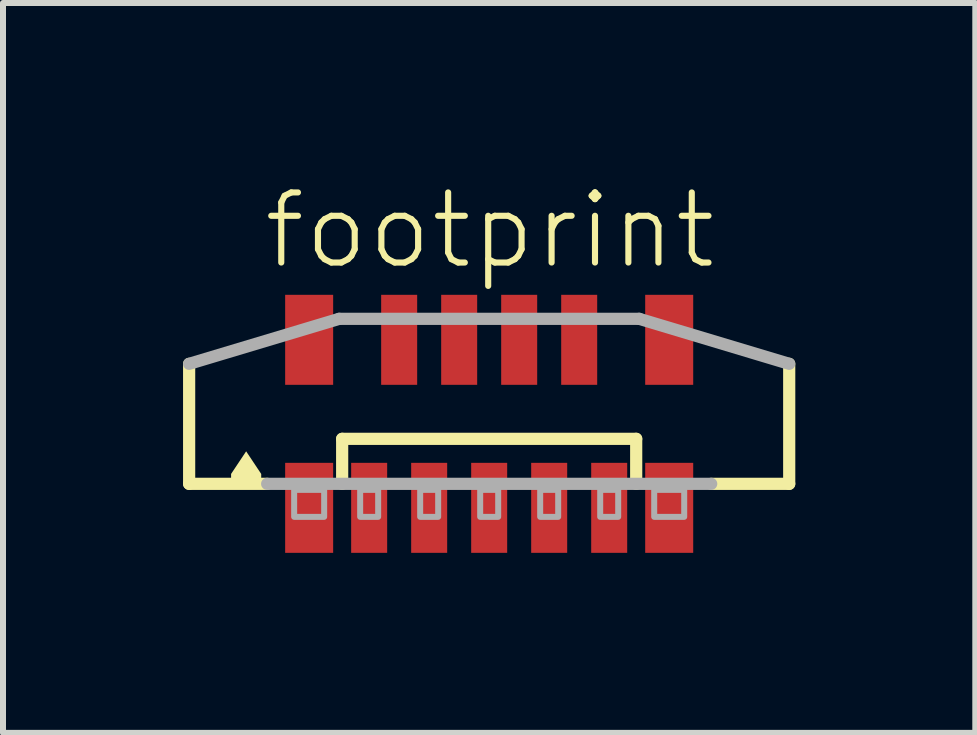
<source format=kicad_pcb>
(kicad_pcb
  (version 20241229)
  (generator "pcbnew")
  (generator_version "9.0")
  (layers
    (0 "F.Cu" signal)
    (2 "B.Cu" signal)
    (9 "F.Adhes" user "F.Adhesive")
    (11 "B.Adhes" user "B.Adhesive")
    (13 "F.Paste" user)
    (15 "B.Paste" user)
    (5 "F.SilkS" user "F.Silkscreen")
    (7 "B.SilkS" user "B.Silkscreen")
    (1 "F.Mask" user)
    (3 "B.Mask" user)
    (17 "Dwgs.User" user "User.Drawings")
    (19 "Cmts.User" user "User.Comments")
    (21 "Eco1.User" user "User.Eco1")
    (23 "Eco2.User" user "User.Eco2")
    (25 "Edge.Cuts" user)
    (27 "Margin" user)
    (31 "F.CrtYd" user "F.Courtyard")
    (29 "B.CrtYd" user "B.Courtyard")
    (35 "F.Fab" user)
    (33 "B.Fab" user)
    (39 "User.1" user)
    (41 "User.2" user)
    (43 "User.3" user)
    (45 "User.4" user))
  (footprint "footprint"
    (layer "F.Cu")
    (at 5.102 4.013)
    (property "Reference" "footprint" (at -3.81 -2.54 0) (layer "F.SilkS") (effects (font (size 1.168 1.168) (thickness 0.102)) (justify left bottom)))
    (fp_line (start -5 1) (end -5 -1) (stroke (width 0.203) (type solid)) (layer "F.SilkS"))
    (fp_line (start -3.7 1) (end -5 1) (stroke (width 0.203) (type solid)) (layer "F.SilkS"))
    (fp_line (start -2.45 0.25) (end 2.45 0.25) (stroke (width 0.203) (type solid)) (layer "F.SilkS"))
    (fp_line (start -2.45 1) (end -2.45 0.25) (stroke (width 0.203) (type solid)) (layer "F.SilkS"))
    (fp_line (start 2.45 0.25) (end 2.45 1) (stroke (width 0.203) (type solid)) (layer "F.SilkS"))
    (fp_line (start 5 -1) (end 5 1) (stroke (width 0.203) (type solid)) (layer "F.SilkS"))
    (fp_line (start 5 1) (end 3.7 1) (stroke (width 0.203) (type solid)) (layer "F.SilkS"))
    (fp_poly (pts (xy -3.799 0.835) (xy -3.799 1.001) (xy -4.301 1.001) (xy -4.301 0.835) (xy -4.05 0.458)) (stroke (width 0) (type solid)) (fill yes) (layer "F.SilkS"))
    (fp_line (start -5 -1) (end -2.5 -1.75) (stroke (width 0.203) (type solid)) (layer "F.Fab"))
    (fp_line (start -2.5 -1.75) (end 2.5 -1.75) (stroke (width 0.203) (type solid)) (layer "F.Fab"))
    (fp_line (start 2.5 -1.75) (end 5 -1) (stroke (width 0.203) (type solid)) (layer "F.Fab"))
    (fp_line (start 3.7 1) (end -3.7 1) (stroke (width 0.203) (type solid)) (layer "F.Fab"))
    (fp_poly (pts (xy -3.25 1.55) (xy -2.75 1.55) (xy -2.75 1.1) (xy -3.25 1.1)) (stroke (width 0.1) (type solid)) (fill no) (layer "F.Fab"))
    (fp_poly (pts (xy -2.15 1.55) (xy -1.85 1.55) (xy -1.85 1.1) (xy -2.15 1.1)) (stroke (width 0.1) (type solid)) (fill no) (layer "F.Fab"))
    (fp_poly (pts (xy -1.15 1.55) (xy -0.85 1.55) (xy -0.85 1.1) (xy -1.15 1.1)) (stroke (width 0.1) (type solid)) (fill no) (layer "F.Fab"))
    (fp_poly (pts (xy -0.15 1.55) (xy 0.15 1.55) (xy 0.15 1.1) (xy -0.15 1.1)) (stroke (width 0.1) (type solid)) (fill no) (layer "F.Fab"))
    (fp_poly (pts (xy 0.85 1.55) (xy 1.15 1.55) (xy 1.15 1.1) (xy 0.85 1.1)) (stroke (width 0.1) (type solid)) (fill no) (layer "F.Fab"))
    (fp_poly (pts (xy 1.85 1.55) (xy 2.15 1.55) (xy 2.15 1.1) (xy 1.85 1.1)) (stroke (width 0.1) (type solid)) (fill no) (layer "F.Fab"))
    (fp_poly (pts (xy 2.75 1.55) (xy 3.25 1.55) (xy 3.25 1.1) (xy 2.75 1.1)) (stroke (width 0.1) (type solid)) (fill no) (layer "F.Fab"))
    (pad "1" smd rect (at -2 1.4) (size 0.6 1.5) (layers "F.Cu" "F.Mask" "F.Paste"))
    (pad "2" smd rect (at -1.5 -1.4 180) (size 0.6 1.5) (layers "F.Cu" "F.Mask" "F.Paste"))
    (pad "3" smd rect (at -1 1.4) (size 0.6 1.5) (layers "F.Cu" "F.Mask" "F.Paste"))
    (pad "4" smd rect (at -0.5 -1.4 180) (size 0.6 1.5) (layers "F.Cu" "F.Mask" "F.Paste"))
    (pad "5" smd rect (at 0 1.4) (size 0.6 1.5) (layers "F.Cu" "F.Mask" "F.Paste"))
    (pad "6" smd rect (at 0.5 -1.4 180) (size 0.6 1.5) (layers "F.Cu" "F.Mask" "F.Paste"))
    (pad "7" smd rect (at 1 1.4) (size 0.6 1.5) (layers "F.Cu" "F.Mask" "F.Paste"))
    (pad "8" smd rect (at 1.5 -1.4 180) (size 0.6 1.5) (layers "F.Cu" "F.Mask" "F.Paste"))
    (pad "9" smd rect (at 2 1.4) (size 0.6 1.5) (layers "F.Cu" "F.Mask" "F.Paste"))
    (pad "M1" smd rect (at -3 1.4) (size 0.8 1.5) (layers "F.Cu" "F.Mask" "F.Paste"))
    (pad "M2" smd rect (at 3 1.4) (size 0.8 1.5) (layers "F.Cu" "F.Mask" "F.Paste"))
    (pad "M3" smd rect (at 3 -1.4 180) (size 0.8 1.5) (layers "F.Cu" "F.Mask" "F.Paste"))
    (pad "M4" smd rect (at -3 -1.4 180) (size 0.8 1.5) (layers "F.Cu" "F.Mask" "F.Paste")))
  (gr_rect
    (start -3 -3)
    (end 13.203 9.163)
    (stroke (width 0.1) (type default))
    (fill no)
    (layer "Edge.Cuts")))
</source>
